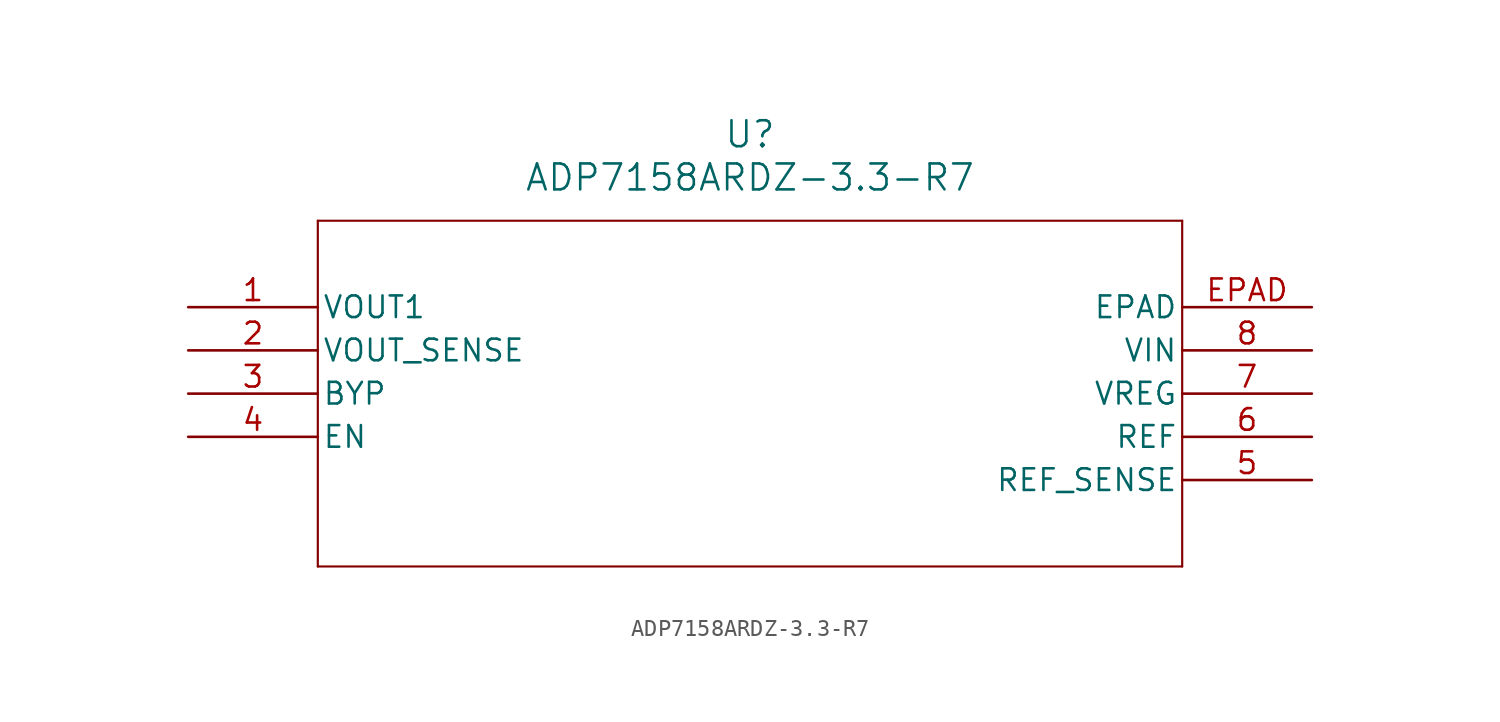
<source format=kicad_sym>
(kicad_symbol_lib
  (version 20211014)
  (generator kicad_symbol_editor)
  (symbol "ADP7158ARDZ-3.3-R7"
    (pin_names
      (offset 0.254))
    (property "Reference" "U"
      (at 33.02 10.16 0)
      (effects (font (size 1.524 1.524))))
    (property "Value" "ADP7158ARDZ-3.3-R7"
      (at 33.02 7.62 0)
      (effects (font (size 1.524 1.524))))
    (symbol "ADP7158ARDZ-3.3-R7_0_1"
      (polyline (pts (xy 7.62 5.08) (xy 7.62 -15.24)) (stroke (width 0.127) (type default) (color 0 0 0 0)) (fill (type none)))
      (polyline (pts (xy 7.62 -15.24) (xy 58.42 -15.24)) (stroke (width 0.127) (type default) (color 0 0 0 0)) (fill (type none)))
      (polyline (pts (xy 58.42 -15.24) (xy 58.42 5.08)) (stroke (width 0.127) (type default) (color 0 0 0 0)) (fill (type none)))
      (polyline (pts (xy 58.42 5.08) (xy 7.62 5.08)) (stroke (width 0.127) (type default) (color 0 0 0 0)) (fill (type none)))
      (pin output line (at 0 0 0) (length 7.62) (name "VOUT1" (effects (font (size 1.27 1.27)))) (number "1" (effects (font (size 1.27 1.27)))))
      (pin output line (at 0 -2.54 0) (length 7.62) (name "VOUT_SENSE" (effects (font (size 1.27 1.27)))) (number "2" (effects (font (size 1.27 1.27)))))
      (pin unspecified line (at 0 -5.08 0) (length 7.62) (name "BYP" (effects (font (size 1.27 1.27)))) (number "3" (effects (font (size 1.27 1.27)))))
      (pin input line (at 0 -7.62 0) (length 7.62) (name "EN" (effects (font (size 1.27 1.27)))) (number "4" (effects (font (size 1.27 1.27)))))
      (pin output line (at 66.04 -10.16 180) (length 7.62) (name "REF_SENSE" (effects (font (size 1.27 1.27)))) (number "5" (effects (font (size 1.27 1.27)))))
      (pin output line (at 66.04 -7.62 180) (length 7.62) (name "REF" (effects (font (size 1.27 1.27)))) (number "6" (effects (font (size 1.27 1.27)))))
      (pin input line (at 66.04 -5.08 180) (length 7.62) (name "VREG" (effects (font (size 1.27 1.27)))) (number "7" (effects (font (size 1.27 1.27)))))
      (pin power_in line (at 66.04 -2.54 180) (length 7.62) (name "VIN" (effects (font (size 1.27 1.27)))) (number "8" (effects (font (size 1.27 1.27)))))
      (pin power_out line (at 66.04 0 180) (length 7.62) (name "EPAD" (effects (font (size 1.27 1.27)))) (number "EPAD" (effects (font (size 1.27 1.27))))))))
</source>
